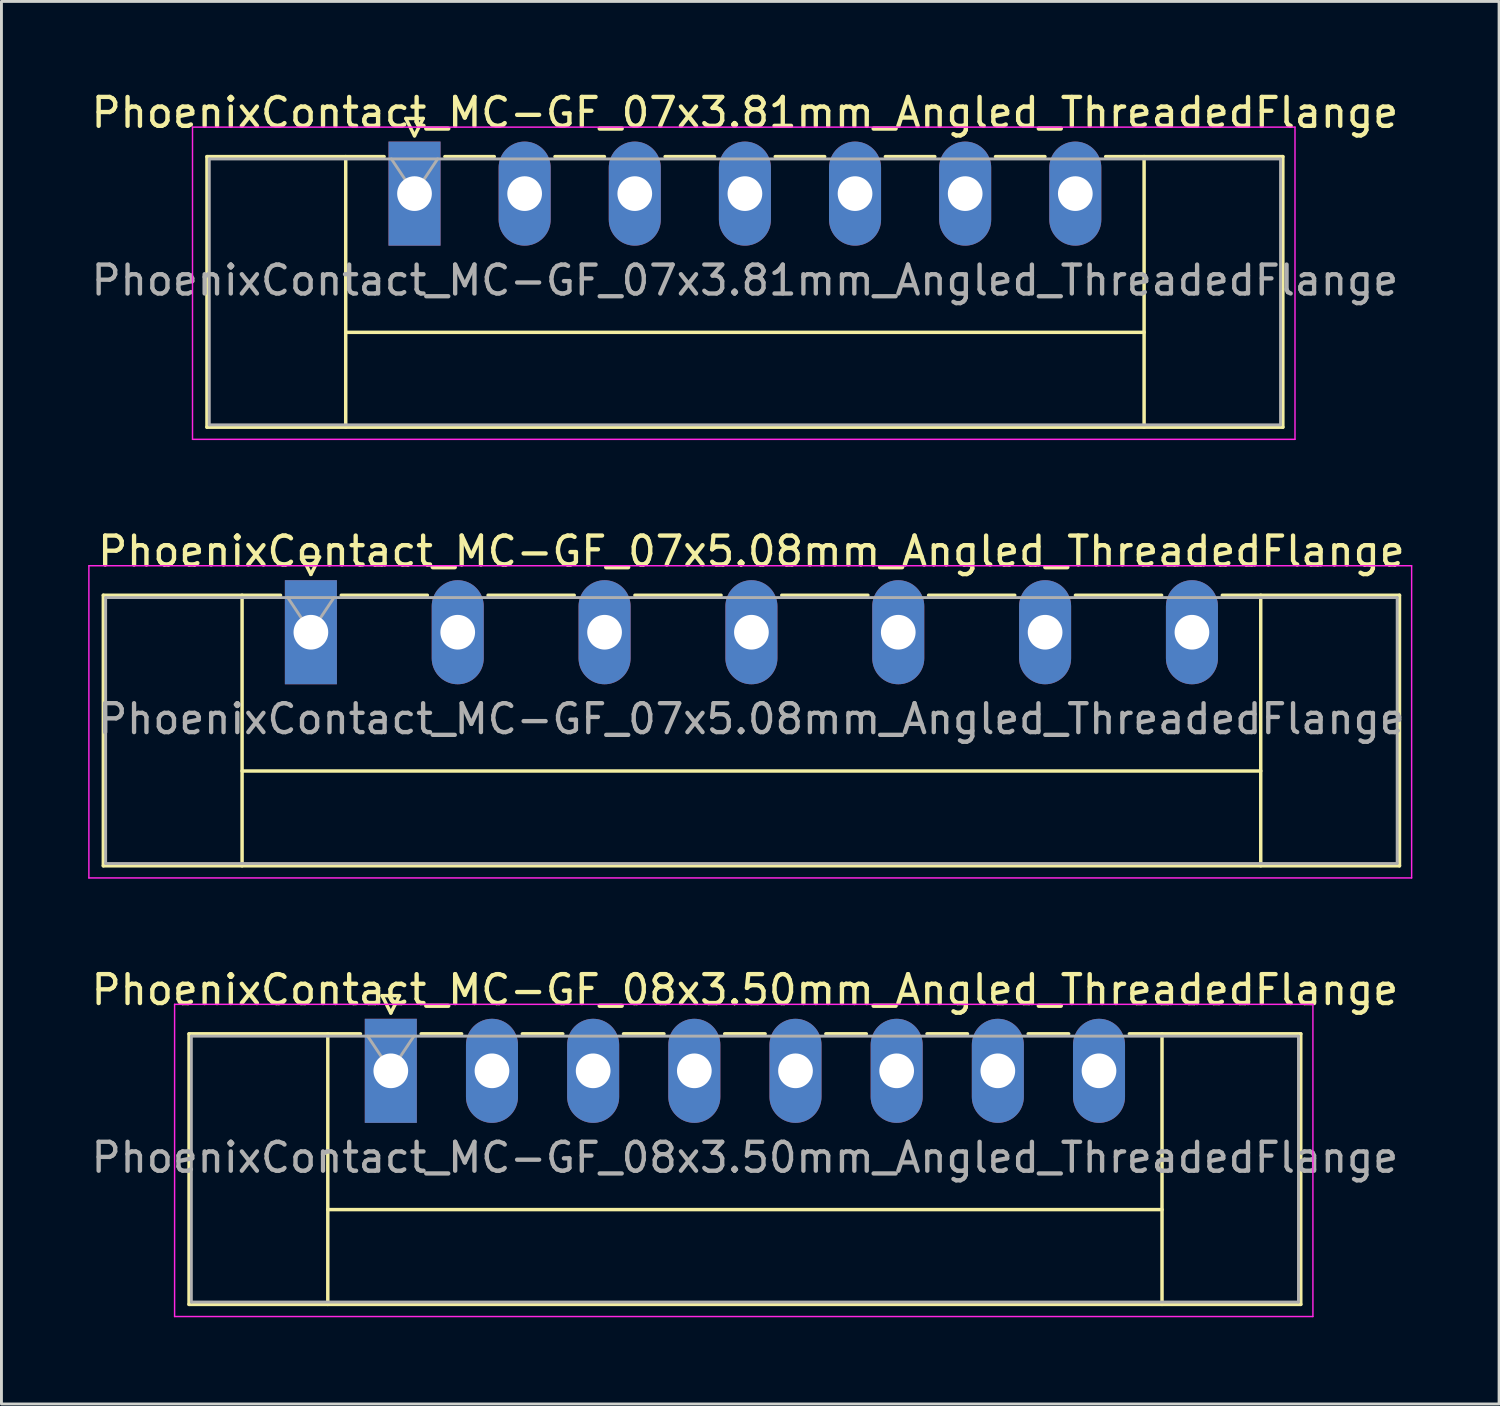
<source format=kicad_pcb>
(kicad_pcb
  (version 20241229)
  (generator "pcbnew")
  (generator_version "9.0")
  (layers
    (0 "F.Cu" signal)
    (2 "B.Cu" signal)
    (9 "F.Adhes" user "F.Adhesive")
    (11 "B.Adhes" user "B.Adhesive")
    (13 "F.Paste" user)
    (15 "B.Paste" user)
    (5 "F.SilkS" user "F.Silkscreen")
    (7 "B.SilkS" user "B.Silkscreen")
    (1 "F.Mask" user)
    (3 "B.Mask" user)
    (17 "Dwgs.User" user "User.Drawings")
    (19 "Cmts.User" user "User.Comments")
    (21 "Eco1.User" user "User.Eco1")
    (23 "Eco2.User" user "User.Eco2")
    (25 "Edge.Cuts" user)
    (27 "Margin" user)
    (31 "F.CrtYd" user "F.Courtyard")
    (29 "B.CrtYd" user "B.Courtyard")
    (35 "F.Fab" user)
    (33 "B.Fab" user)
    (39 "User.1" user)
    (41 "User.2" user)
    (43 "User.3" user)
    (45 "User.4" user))
  (footprint "PhoenixContact_MC-GF_08x3.50mm_Angled_ThreadedFlange"
    (layer "F.Cu")
    (at 10.47 33.995)
    (property "Reference" "PhoenixContact_MC-GF_08x3.50mm_Angled_ThreadedFlange" (at 12.25 -2.8 0) (layer "F.SilkS") (effects (font (size 1 1) (thickness 0.15))))
    (attr through_hole)
    (fp_line (start -6.98 -1.28) (end -6.98 8.08) (stroke (width 0.12) (type solid)) (layer "F.SilkS"))
    (fp_line (start -6.98 -1.28) (end -1.05 -1.28) (stroke (width 0.12) (type solid)) (layer "F.SilkS"))
    (fp_line (start -6.98 8.08) (end 31.48 8.08) (stroke (width 0.12) (type solid)) (layer "F.SilkS"))
    (fp_line (start -2.18 -1.28) (end -2.18 8.08) (stroke (width 0.12) (type solid)) (layer "F.SilkS"))
    (fp_line (start -2.18 4.8) (end 26.68 4.8) (stroke (width 0.12) (type solid)) (layer "F.SilkS"))
    (fp_line (start -0.3 -2.6) (end 0.3 -2.6) (stroke (width 0.12) (type solid)) (layer "F.SilkS"))
    (fp_line (start 0 -2) (end -0.3 -2.6) (stroke (width 0.12) (type solid)) (layer "F.SilkS"))
    (fp_line (start 0.3 -2.6) (end 0 -2) (stroke (width 0.12) (type solid)) (layer "F.SilkS"))
    (fp_line (start 1.05 -1.28) (end 2.45 -1.28) (stroke (width 0.12) (type solid)) (layer "F.SilkS"))
    (fp_line (start 4.55 -1.28) (end 5.95 -1.28) (stroke (width 0.12) (type solid)) (layer "F.SilkS"))
    (fp_line (start 8.05 -1.28) (end 9.45 -1.28) (stroke (width 0.12) (type solid)) (layer "F.SilkS"))
    (fp_line (start 11.55 -1.28) (end 12.95 -1.28) (stroke (width 0.12) (type solid)) (layer "F.SilkS"))
    (fp_line (start 15.05 -1.28) (end 16.45 -1.28) (stroke (width 0.12) (type solid)) (layer "F.SilkS"))
    (fp_line (start 18.55 -1.28) (end 19.95 -1.28) (stroke (width 0.12) (type solid)) (layer "F.SilkS"))
    (fp_line (start 22.05 -1.28) (end 23.45 -1.28) (stroke (width 0.12) (type solid)) (layer "F.SilkS"))
    (fp_line (start 26.68 -1.28) (end 26.68 8.08) (stroke (width 0.12) (type solid)) (layer "F.SilkS"))
    (fp_line (start 31.48 -1.28) (end 25.55 -1.28) (stroke (width 0.12) (type solid)) (layer "F.SilkS"))
    (fp_line (start 31.48 8.08) (end 31.48 -1.28) (stroke (width 0.12) (type solid)) (layer "F.SilkS"))
    (fp_line (start -7.48 -2.3) (end -7.48 8.5) (stroke (width 0.05) (type solid)) (layer "F.CrtYd"))
    (fp_line (start -7.48 8.5) (end 31.9 8.5) (stroke (width 0.05) (type solid)) (layer "F.CrtYd"))
    (fp_line (start 31.9 -2.3) (end -7.48 -2.3) (stroke (width 0.05) (type solid)) (layer "F.CrtYd"))
    (fp_line (start 31.9 8.5) (end 31.9 -2.3) (stroke (width 0.05) (type solid)) (layer "F.CrtYd"))
    (fp_line (start -6.9 -1.2) (end -6.9 8) (stroke (width 0.1) (type solid)) (layer "F.Fab"))
    (fp_line (start -6.9 8) (end 31.4 8) (stroke (width 0.1) (type solid)) (layer "F.Fab"))
    (fp_line (start 0 0) (end -0.8 -1.2) (stroke (width 0.1) (type solid)) (layer "F.Fab"))
    (fp_line (start 0.8 -1.2) (end 0 0) (stroke (width 0.1) (type solid)) (layer "F.Fab"))
    (fp_line (start 31.4 -1.2) (end -6.9 -1.2) (stroke (width 0.1) (type solid)) (layer "F.Fab"))
    (fp_line (start 31.4 8) (end 31.4 -1.2) (stroke (width 0.1) (type solid)) (layer "F.Fab"))
    (fp_text user "${REFERENCE}" (at 12.25 3 0) (layer "F.Fab") (effects (font (size 1 1) (thickness 0.15))))
    (pad "1" thru_hole rect (at 0 0) (size 1.8 3.6) (drill 1.2) (layers "*.Cu" "*.Mask"))
    (pad "2" thru_hole oval (at 3.5 0) (size 1.8 3.6) (drill 1.2) (layers "*.Cu" "*.Mask"))
    (pad "3" thru_hole oval (at 7 0) (size 1.8 3.6) (drill 1.2) (layers "*.Cu" "*.Mask"))
    (pad "4" thru_hole oval (at 10.5 0) (size 1.8 3.6) (drill 1.2) (layers "*.Cu" "*.Mask"))
    (pad "5" thru_hole oval (at 14 0) (size 1.8 3.6) (drill 1.2) (layers "*.Cu" "*.Mask"))
    (pad "6" thru_hole oval (at 17.5 0) (size 1.8 3.6) (drill 1.2) (layers "*.Cu" "*.Mask"))
    (pad "7" thru_hole oval (at 21 0) (size 1.8 3.6) (drill 1.2) (layers "*.Cu" "*.Mask"))
    (pad "8" thru_hole oval (at 24.5 0) (size 1.8 3.6) (drill 1.2) (layers "*.Cu" "*.Mask")))
  (footprint "PhoenixContact_MC-GF_07x3.81mm_Angled_ThreadedFlange"
    (layer "F.Cu")
    (at 11.29 3.648)
    (property "Reference" "PhoenixContact_MC-GF_07x3.81mm_Angled_ThreadedFlange" (at 11.43 -2.8 0) (layer "F.SilkS") (effects (font (size 1 1) (thickness 0.15))))
    (attr through_hole)
    (fp_line (start -7.18 -1.28) (end -7.18 8.08) (stroke (width 0.12) (type solid)) (layer "F.SilkS"))
    (fp_line (start -7.18 -1.28) (end -1.05 -1.28) (stroke (width 0.12) (type solid)) (layer "F.SilkS"))
    (fp_line (start -7.18 8.08) (end 30.04 8.08) (stroke (width 0.12) (type solid)) (layer "F.SilkS"))
    (fp_line (start -2.38 -1.28) (end -2.38 8.08) (stroke (width 0.12) (type solid)) (layer "F.SilkS"))
    (fp_line (start -2.38 4.8) (end 25.24 4.8) (stroke (width 0.12) (type solid)) (layer "F.SilkS"))
    (fp_line (start -0.3 -2.6) (end 0.3 -2.6) (stroke (width 0.12) (type solid)) (layer "F.SilkS"))
    (fp_line (start 0 -2) (end -0.3 -2.6) (stroke (width 0.12) (type solid)) (layer "F.SilkS"))
    (fp_line (start 0.3 -2.6) (end 0 -2) (stroke (width 0.12) (type solid)) (layer "F.SilkS"))
    (fp_line (start 1.05 -1.28) (end 2.76 -1.28) (stroke (width 0.12) (type solid)) (layer "F.SilkS"))
    (fp_line (start 4.86 -1.28) (end 6.57 -1.28) (stroke (width 0.12) (type solid)) (layer "F.SilkS"))
    (fp_line (start 8.67 -1.28) (end 10.38 -1.28) (stroke (width 0.12) (type solid)) (layer "F.SilkS"))
    (fp_line (start 12.48 -1.28) (end 14.19 -1.28) (stroke (width 0.12) (type solid)) (layer "F.SilkS"))
    (fp_line (start 16.29 -1.28) (end 18 -1.28) (stroke (width 0.12) (type solid)) (layer "F.SilkS"))
    (fp_line (start 20.1 -1.28) (end 21.81 -1.28) (stroke (width 0.12) (type solid)) (layer "F.SilkS"))
    (fp_line (start 25.24 -1.28) (end 25.24 8.08) (stroke (width 0.12) (type solid)) (layer "F.SilkS"))
    (fp_line (start 30.04 -1.28) (end 23.91 -1.28) (stroke (width 0.12) (type solid)) (layer "F.SilkS"))
    (fp_line (start 30.04 8.08) (end 30.04 -1.28) (stroke (width 0.12) (type solid)) (layer "F.SilkS"))
    (fp_line (start -7.68 -2.3) (end -7.68 8.5) (stroke (width 0.05) (type solid)) (layer "F.CrtYd"))
    (fp_line (start -7.68 8.5) (end 30.46 8.5) (stroke (width 0.05) (type solid)) (layer "F.CrtYd"))
    (fp_line (start 30.46 -2.3) (end -7.68 -2.3) (stroke (width 0.05) (type solid)) (layer "F.CrtYd"))
    (fp_line (start 30.46 8.5) (end 30.46 -2.3) (stroke (width 0.05) (type solid)) (layer "F.CrtYd"))
    (fp_line (start -7.1 -1.2) (end -7.1 8) (stroke (width 0.1) (type solid)) (layer "F.Fab"))
    (fp_line (start -7.1 8) (end 29.96 8) (stroke (width 0.1) (type solid)) (layer "F.Fab"))
    (fp_line (start 0 0) (end -0.8 -1.2) (stroke (width 0.1) (type solid)) (layer "F.Fab"))
    (fp_line (start 0.8 -1.2) (end 0 0) (stroke (width 0.1) (type solid)) (layer "F.Fab"))
    (fp_line (start 29.96 -1.2) (end -7.1 -1.2) (stroke (width 0.1) (type solid)) (layer "F.Fab"))
    (fp_line (start 29.96 8) (end 29.96 -1.2) (stroke (width 0.1) (type solid)) (layer "F.Fab"))
    (fp_text user "${REFERENCE}" (at 11.43 3 0) (layer "F.Fab") (effects (font (size 1 1) (thickness 0.15))))
    (pad "1" thru_hole rect (at 0 0) (size 1.8 3.6) (drill 1.2) (layers "*.Cu" "*.Mask"))
    (pad "2" thru_hole oval (at 3.81 0) (size 1.8 3.6) (drill 1.2) (layers "*.Cu" "*.Mask"))
    (pad "3" thru_hole oval (at 7.62 0) (size 1.8 3.6) (drill 1.2) (layers "*.Cu" "*.Mask"))
    (pad "4" thru_hole oval (at 11.43 0) (size 1.8 3.6) (drill 1.2) (layers "*.Cu" "*.Mask"))
    (pad "5" thru_hole oval (at 15.24 0) (size 1.8 3.6) (drill 1.2) (layers "*.Cu" "*.Mask"))
    (pad "6" thru_hole oval (at 19.05 0) (size 1.8 3.6) (drill 1.2) (layers "*.Cu" "*.Mask"))
    (pad "7" thru_hole oval (at 22.86 0) (size 1.8 3.6) (drill 1.2) (layers "*.Cu" "*.Mask")))
  (footprint "PhoenixContact_MC-GF_07x5.08mm_Angled_ThreadedFlange"
    (layer "F.Cu")
    (at 7.705 18.822)
    (property "Reference" "PhoenixContact_MC-GF_07x5.08mm_Angled_ThreadedFlange" (at 15.24 -2.8 0) (layer "F.SilkS") (effects (font (size 1 1) (thickness 0.15))))
    (attr through_hole)
    (fp_line (start -7.18 -1.28) (end -7.18 8.08) (stroke (width 0.12) (type solid)) (layer "F.SilkS"))
    (fp_line (start -7.18 -1.28) (end -1.05 -1.28) (stroke (width 0.12) (type solid)) (layer "F.SilkS"))
    (fp_line (start -7.18 8.08) (end 37.66 8.08) (stroke (width 0.12) (type solid)) (layer "F.SilkS"))
    (fp_line (start -2.38 -1.28) (end -2.38 8.08) (stroke (width 0.12) (type solid)) (layer "F.SilkS"))
    (fp_line (start -2.38 4.8) (end 32.86 4.8) (stroke (width 0.12) (type solid)) (layer "F.SilkS"))
    (fp_line (start -0.3 -2.6) (end 0.3 -2.6) (stroke (width 0.12) (type solid)) (layer "F.SilkS"))
    (fp_line (start 0 -2) (end -0.3 -2.6) (stroke (width 0.12) (type solid)) (layer "F.SilkS"))
    (fp_line (start 0.3 -2.6) (end 0 -2) (stroke (width 0.12) (type solid)) (layer "F.SilkS"))
    (fp_line (start 1.05 -1.28) (end 4.03 -1.28) (stroke (width 0.12) (type solid)) (layer "F.SilkS"))
    (fp_line (start 6.13 -1.28) (end 9.11 -1.28) (stroke (width 0.12) (type solid)) (layer "F.SilkS"))
    (fp_line (start 11.21 -1.28) (end 14.19 -1.28) (stroke (width 0.12) (type solid)) (layer "F.SilkS"))
    (fp_line (start 16.29 -1.28) (end 19.27 -1.28) (stroke (width 0.12) (type solid)) (layer "F.SilkS"))
    (fp_line (start 21.37 -1.28) (end 24.35 -1.28) (stroke (width 0.12) (type solid)) (layer "F.SilkS"))
    (fp_line (start 26.45 -1.28) (end 29.43 -1.28) (stroke (width 0.12) (type solid)) (layer "F.SilkS"))
    (fp_line (start 32.86 -1.28) (end 32.86 8.08) (stroke (width 0.12) (type solid)) (layer "F.SilkS"))
    (fp_line (start 37.66 -1.28) (end 31.53 -1.28) (stroke (width 0.12) (type solid)) (layer "F.SilkS"))
    (fp_line (start 37.66 8.08) (end 37.66 -1.28) (stroke (width 0.12) (type solid)) (layer "F.SilkS"))
    (fp_line (start -7.68 -2.3) (end -7.68 8.5) (stroke (width 0.05) (type solid)) (layer "F.CrtYd"))
    (fp_line (start -7.68 8.5) (end 38.08 8.5) (stroke (width 0.05) (type solid)) (layer "F.CrtYd"))
    (fp_line (start 38.08 -2.3) (end -7.68 -2.3) (stroke (width 0.05) (type solid)) (layer "F.CrtYd"))
    (fp_line (start 38.08 8.5) (end 38.08 -2.3) (stroke (width 0.05) (type solid)) (layer "F.CrtYd"))
    (fp_line (start -7.1 -1.2) (end -7.1 8) (stroke (width 0.1) (type solid)) (layer "F.Fab"))
    (fp_line (start -7.1 8) (end 37.58 8) (stroke (width 0.1) (type solid)) (layer "F.Fab"))
    (fp_line (start 0 0) (end -0.8 -1.2) (stroke (width 0.1) (type solid)) (layer "F.Fab"))
    (fp_line (start 0.8 -1.2) (end 0 0) (stroke (width 0.1) (type solid)) (layer "F.Fab"))
    (fp_line (start 37.58 -1.2) (end -7.1 -1.2) (stroke (width 0.1) (type solid)) (layer "F.Fab"))
    (fp_line (start 37.58 8) (end 37.58 -1.2) (stroke (width 0.1) (type solid)) (layer "F.Fab"))
    (fp_text user "${REFERENCE}" (at 15.24 3 0) (layer "F.Fab") (effects (font (size 1 1) (thickness 0.15))))
    (pad "1" thru_hole rect (at 0 0) (size 1.8 3.6) (drill 1.2) (layers "*.Cu" "*.Mask"))
    (pad "2" thru_hole oval (at 5.08 0) (size 1.8 3.6) (drill 1.2) (layers "*.Cu" "*.Mask"))
    (pad "3" thru_hole oval (at 10.16 0) (size 1.8 3.6) (drill 1.2) (layers "*.Cu" "*.Mask"))
    (pad "4" thru_hole oval (at 15.24 0) (size 1.8 3.6) (drill 1.2) (layers "*.Cu" "*.Mask"))
    (pad "5" thru_hole oval (at 20.32 0) (size 1.8 3.6) (drill 1.2) (layers "*.Cu" "*.Mask"))
    (pad "6" thru_hole oval (at 25.4 0) (size 1.8 3.6) (drill 1.2) (layers "*.Cu" "*.Mask"))
    (pad "7" thru_hole oval (at 30.48 0) (size 1.8 3.6) (drill 1.2) (layers "*.Cu" "*.Mask")))
  (gr_rect
    (start -3 -3)
    (end 48.81 45.52)
    (stroke (width 0.1) (type default))
    (fill no)
    (layer "Edge.Cuts")))
</source>
